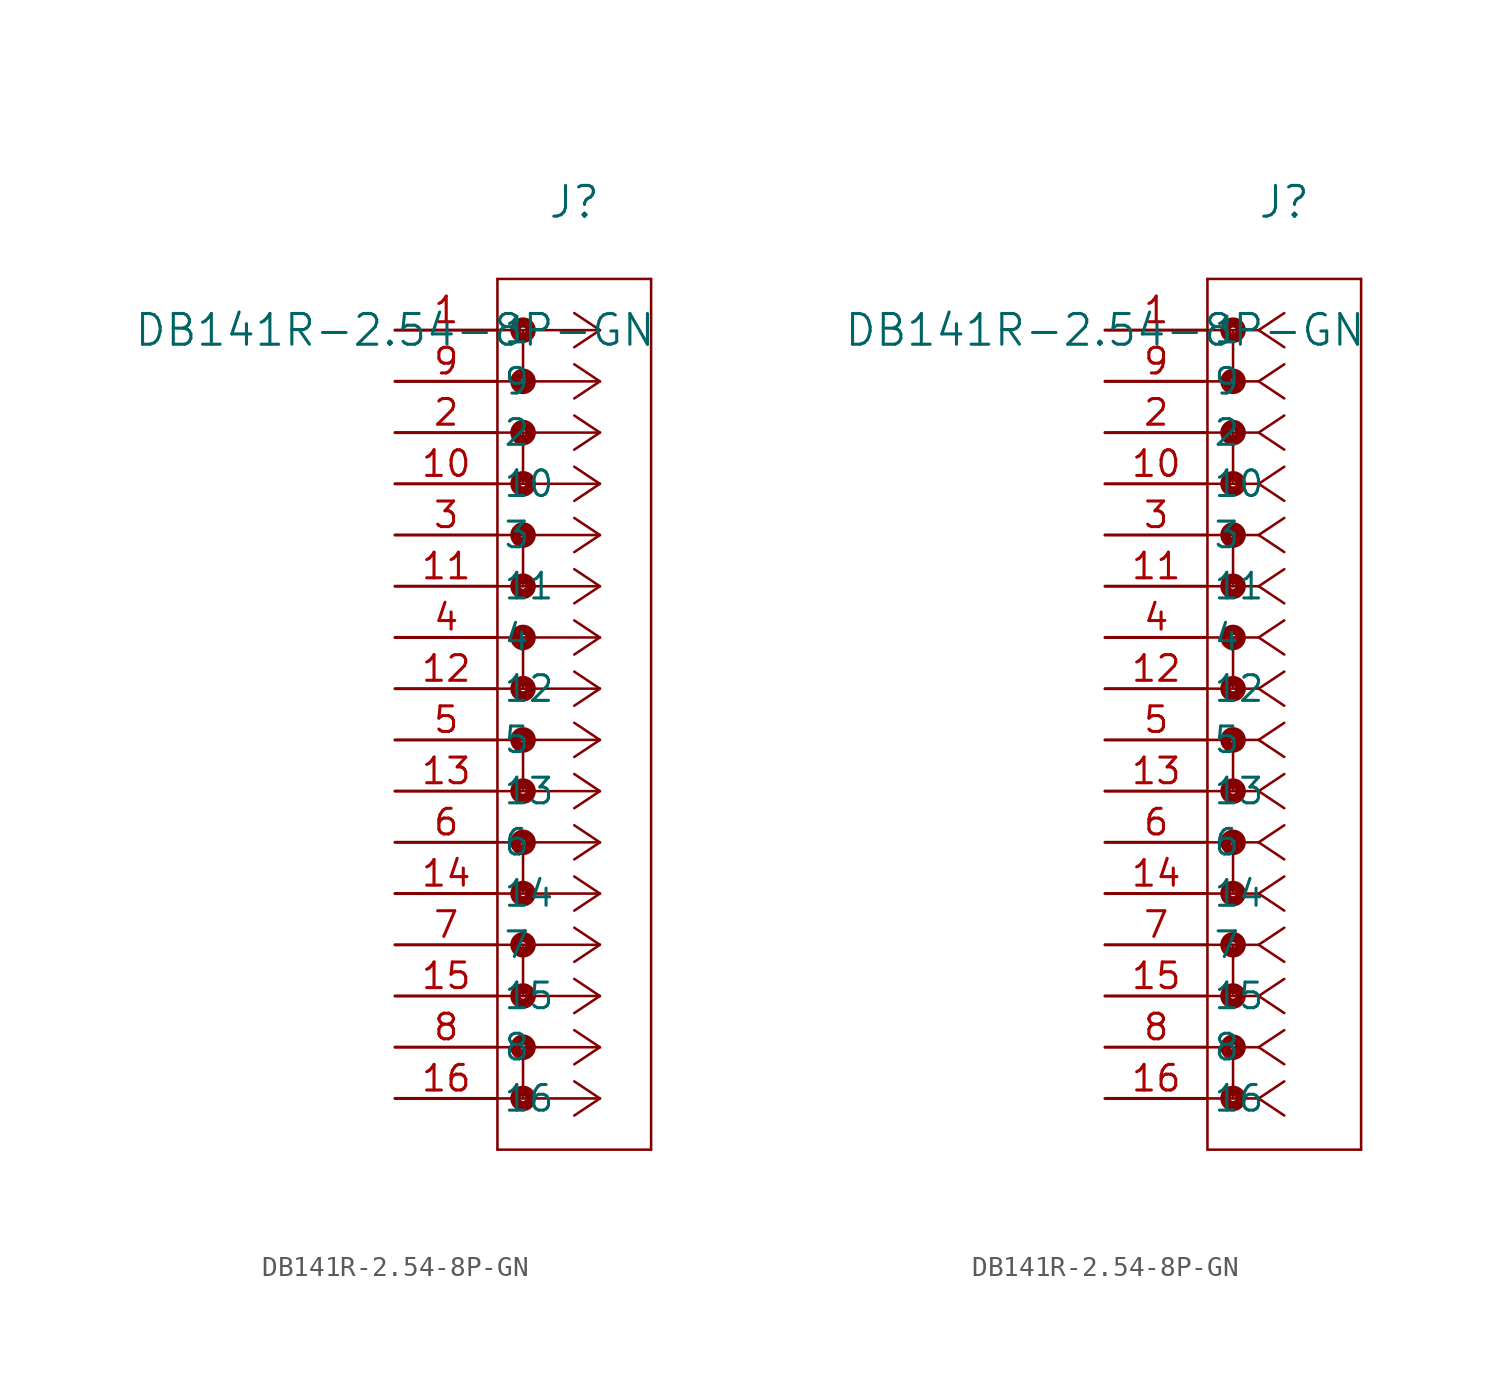
<source format=kicad_sym>
(kicad_symbol_lib
  (version 20211014)
  (generator kicad_symbol_editor)
  (symbol "DB141R-2.54-8P-GN"
    (pin_names
      (offset 0.254))
    (property "Reference" "J"
      (at 8.89 6.35 0)
      (effects (font (size 1.524 1.524))))
    (property "Value" "DB141R-2.54-8P-GN"
      (at 0 0 0)
      (effects (font (size 1.524 1.524))))
    (symbol "DB141R-2.54-8P-GN_1_1"
      (polyline (pts (xy 10.16 0) (xy 5.08 0)) (stroke (width 0.127) (type default) (color 0 0 0 0)) (fill (type none)))
      (polyline (pts (xy 10.16 -2.54) (xy 5.08 -2.54)) (stroke (width 0.127) (type default) (color 0 0 0 0)) (fill (type none)))
      (polyline (pts (xy 10.16 -5.08) (xy 5.08 -5.08)) (stroke (width 0.127) (type default) (color 0 0 0 0)) (fill (type none)))
      (polyline (pts (xy 10.16 -7.62) (xy 5.08 -7.62)) (stroke (width 0.127) (type default) (color 0 0 0 0)) (fill (type none)))
      (polyline (pts (xy 10.16 -10.16) (xy 5.08 -10.16)) (stroke (width 0.127) (type default) (color 0 0 0 0)) (fill (type none)))
      (polyline (pts (xy 10.16 -12.7) (xy 5.08 -12.7)) (stroke (width 0.127) (type default) (color 0 0 0 0)) (fill (type none)))
      (polyline (pts (xy 10.16 -15.24) (xy 5.08 -15.24)) (stroke (width 0.127) (type default) (color 0 0 0 0)) (fill (type none)))
      (polyline (pts (xy 10.16 -17.78) (xy 5.08 -17.78)) (stroke (width 0.127) (type default) (color 0 0 0 0)) (fill (type none)))
      (polyline (pts (xy 10.16 -20.32) (xy 5.08 -20.32)) (stroke (width 0.127) (type default) (color 0 0 0 0)) (fill (type none)))
      (polyline (pts (xy 10.16 -22.86) (xy 5.08 -22.86)) (stroke (width 0.127) (type default) (color 0 0 0 0)) (fill (type none)))
      (polyline (pts (xy 10.16 -25.4) (xy 5.08 -25.4)) (stroke (width 0.127) (type default) (color 0 0 0 0)) (fill (type none)))
      (polyline (pts (xy 10.16 -27.94) (xy 5.08 -27.94)) (stroke (width 0.127) (type default) (color 0 0 0 0)) (fill (type none)))
      (polyline (pts (xy 10.16 -30.48) (xy 5.08 -30.48)) (stroke (width 0.127) (type default) (color 0 0 0 0)) (fill (type none)))
      (polyline (pts (xy 10.16 -33.02) (xy 5.08 -33.02)) (stroke (width 0.127) (type default) (color 0 0 0 0)) (fill (type none)))
      (polyline (pts (xy 10.16 -35.56) (xy 5.08 -35.56)) (stroke (width 0.127) (type default) (color 0 0 0 0)) (fill (type none)))
      (polyline (pts (xy 10.16 -38.1) (xy 5.08 -38.1)) (stroke (width 0.127) (type default) (color 0 0 0 0)) (fill (type none)))
      (polyline (pts (xy 10.16 0) (xy 8.89 0.847)) (stroke (width 0.127) (type default) (color 0 0 0 0)) (fill (type none)))
      (polyline (pts (xy 10.16 -2.54) (xy 8.89 -1.693)) (stroke (width 0.127) (type default) (color 0 0 0 0)) (fill (type none)))
      (polyline (pts (xy 10.16 -5.08) (xy 8.89 -4.233)) (stroke (width 0.127) (type default) (color 0 0 0 0)) (fill (type none)))
      (polyline (pts (xy 10.16 -7.62) (xy 8.89 -6.773)) (stroke (width 0.127) (type default) (color 0 0 0 0)) (fill (type none)))
      (polyline (pts (xy 10.16 -10.16) (xy 8.89 -9.313)) (stroke (width 0.127) (type default) (color 0 0 0 0)) (fill (type none)))
      (polyline (pts (xy 10.16 -12.7) (xy 8.89 -11.853)) (stroke (width 0.127) (type default) (color 0 0 0 0)) (fill (type none)))
      (polyline (pts (xy 10.16 -15.24) (xy 8.89 -14.393)) (stroke (width 0.127) (type default) (color 0 0 0 0)) (fill (type none)))
      (polyline (pts (xy 10.16 -17.78) (xy 8.89 -16.933)) (stroke (width 0.127) (type default) (color 0 0 0 0)) (fill (type none)))
      (polyline (pts (xy 10.16 -20.32) (xy 8.89 -19.473)) (stroke (width 0.127) (type default) (color 0 0 0 0)) (fill (type none)))
      (polyline (pts (xy 10.16 -22.86) (xy 8.89 -22.013)) (stroke (width 0.127) (type default) (color 0 0 0 0)) (fill (type none)))
      (polyline (pts (xy 10.16 -25.4) (xy 8.89 -24.553)) (stroke (width 0.127) (type default) (color 0 0 0 0)) (fill (type none)))
      (polyline (pts (xy 10.16 -27.94) (xy 8.89 -27.093)) (stroke (width 0.127) (type default) (color 0 0 0 0)) (fill (type none)))
      (polyline (pts (xy 10.16 -30.48) (xy 8.89 -29.633)) (stroke (width 0.127) (type default) (color 0 0 0 0)) (fill (type none)))
      (polyline (pts (xy 10.16 -33.02) (xy 8.89 -32.173)) (stroke (width 0.127) (type default) (color 0 0 0 0)) (fill (type none)))
      (polyline (pts (xy 10.16 -35.56) (xy 8.89 -34.713)) (stroke (width 0.127) (type default) (color 0 0 0 0)) (fill (type none)))
      (polyline (pts (xy 10.16 -38.1) (xy 8.89 -37.253)) (stroke (width 0.127) (type default) (color 0 0 0 0)) (fill (type none)))
      (polyline (pts (xy 10.16 0) (xy 8.89 -0.847)) (stroke (width 0.127) (type default) (color 0 0 0 0)) (fill (type none)))
      (polyline (pts (xy 10.16 -2.54) (xy 8.89 -3.387)) (stroke (width 0.127) (type default) (color 0 0 0 0)) (fill (type none)))
      (polyline (pts (xy 10.16 -5.08) (xy 8.89 -5.927)) (stroke (width 0.127) (type default) (color 0 0 0 0)) (fill (type none)))
      (polyline (pts (xy 10.16 -7.62) (xy 8.89 -8.467)) (stroke (width 0.127) (type default) (color 0 0 0 0)) (fill (type none)))
      (polyline (pts (xy 10.16 -10.16) (xy 8.89 -11.007)) (stroke (width 0.127) (type default) (color 0 0 0 0)) (fill (type none)))
      (polyline (pts (xy 10.16 -12.7) (xy 8.89 -13.547)) (stroke (width 0.127) (type default) (color 0 0 0 0)) (fill (type none)))
      (polyline (pts (xy 10.16 -15.24) (xy 8.89 -16.087)) (stroke (width 0.127) (type default) (color 0 0 0 0)) (fill (type none)))
      (polyline (pts (xy 10.16 -17.78) (xy 8.89 -18.627)) (stroke (width 0.127) (type default) (color 0 0 0 0)) (fill (type none)))
      (polyline (pts (xy 10.16 -20.32) (xy 8.89 -21.167)) (stroke (width 0.127) (type default) (color 0 0 0 0)) (fill (type none)))
      (polyline (pts (xy 10.16 -22.86) (xy 8.89 -23.707)) (stroke (width 0.127) (type default) (color 0 0 0 0)) (fill (type none)))
      (polyline (pts (xy 10.16 -25.4) (xy 8.89 -26.247)) (stroke (width 0.127) (type default) (color 0 0 0 0)) (fill (type none)))
      (polyline (pts (xy 10.16 -27.94) (xy 8.89 -28.787)) (stroke (width 0.127) (type default) (color 0 0 0 0)) (fill (type none)))
      (polyline (pts (xy 10.16 -30.48) (xy 8.89 -31.327)) (stroke (width 0.127) (type default) (color 0 0 0 0)) (fill (type none)))
      (polyline (pts (xy 10.16 -33.02) (xy 8.89 -33.867)) (stroke (width 0.127) (type default) (color 0 0 0 0)) (fill (type none)))
      (polyline (pts (xy 10.16 -35.56) (xy 8.89 -36.407)) (stroke (width 0.127) (type default) (color 0 0 0 0)) (fill (type none)))
      (polyline (pts (xy 10.16 -38.1) (xy 8.89 -38.947)) (stroke (width 0.127) (type default) (color 0 0 0 0)) (fill (type none)))
      (polyline (pts (xy 5.08 2.54) (xy 5.08 -40.64)) (stroke (width 0.127) (type default) (color 0 0 0 0)) (fill (type none)))
      (polyline (pts (xy 5.08 -40.64) (xy 12.7 -40.64)) (stroke (width 0.127) (type default) (color 0 0 0 0)) (fill (type none)))
      (polyline (pts (xy 12.7 -40.64) (xy 12.7 2.54)) (stroke (width 0.127) (type default) (color 0 0 0 0)) (fill (type none)))
      (polyline (pts (xy 12.7 2.54) (xy 5.08 2.54)) (stroke (width 0.127) (type default) (color 0 0 0 0)) (fill (type none)))
      (circle (center 6.35 0) (radius 0.127) (stroke (width 0.508) (type default) (color 0 0 0 0)) (fill (type none)))
      (polyline (pts (xy 6.35 0) (xy 6.35 -2.54)) (stroke (width 0.127) (type default) (color 0 0 0 0)) (fill (type none)))
      (circle (center 6.35 -2.54) (radius 0.127) (stroke (width 0.508) (type default) (color 0 0 0 0)) (fill (type none)))
      (circle (center 6.35 -5.08) (radius 0.127) (stroke (width 0.508) (type default) (color 0 0 0 0)) (fill (type none)))
      (polyline (pts (xy 6.35 -5.08) (xy 6.35 -7.62)) (stroke (width 0.127) (type default) (color 0 0 0 0)) (fill (type none)))
      (circle (center 6.35 -7.62) (radius 0.127) (stroke (width 0.508) (type default) (color 0 0 0 0)) (fill (type none)))
      (circle (center 6.35 -10.16) (radius 0.127) (stroke (width 0.508) (type default) (color 0 0 0 0)) (fill (type none)))
      (polyline (pts (xy 6.35 -10.16) (xy 6.35 -12.7)) (stroke (width 0.127) (type default) (color 0 0 0 0)) (fill (type none)))
      (circle (center 6.35 -12.7) (radius 0.127) (stroke (width 0.508) (type default) (color 0 0 0 0)) (fill (type none)))
      (circle (center 6.35 -15.24) (radius 0.127) (stroke (width 0.508) (type default) (color 0 0 0 0)) (fill (type none)))
      (polyline (pts (xy 6.35 -15.24) (xy 6.35 -17.78)) (stroke (width 0.127) (type default) (color 0 0 0 0)) (fill (type none)))
      (circle (center 6.35 -17.78) (radius 0.127) (stroke (width 0.508) (type default) (color 0 0 0 0)) (fill (type none)))
      (circle (center 6.35 -20.32) (radius 0.127) (stroke (width 0.508) (type default) (color 0 0 0 0)) (fill (type none)))
      (polyline (pts (xy 6.35 -20.32) (xy 6.35 -22.86)) (stroke (width 0.127) (type default) (color 0 0 0 0)) (fill (type none)))
      (circle (center 6.35 -22.86) (radius 0.127) (stroke (width 0.508) (type default) (color 0 0 0 0)) (fill (type none)))
      (circle (center 6.35 -25.4) (radius 0.127) (stroke (width 0.508) (type default) (color 0 0 0 0)) (fill (type none)))
      (polyline (pts (xy 6.35 -25.4) (xy 6.35 -27.94)) (stroke (width 0.127) (type default) (color 0 0 0 0)) (fill (type none)))
      (circle (center 6.35 -27.94) (radius 0.127) (stroke (width 0.508) (type default) (color 0 0 0 0)) (fill (type none)))
      (circle (center 6.35 -30.48) (radius 0.127) (stroke (width 0.508) (type default) (color 0 0 0 0)) (fill (type none)))
      (polyline (pts (xy 6.35 -30.48) (xy 6.35 -33.02)) (stroke (width 0.127) (type default) (color 0 0 0 0)) (fill (type none)))
      (circle (center 6.35 -33.02) (radius 0.127) (stroke (width 0.508) (type default) (color 0 0 0 0)) (fill (type none)))
      (circle (center 6.35 -35.56) (radius 0.127) (stroke (width 0.508) (type default) (color 0 0 0 0)) (fill (type none)))
      (polyline (pts (xy 6.35 -35.56) (xy 6.35 -38.1)) (stroke (width 0.127) (type default) (color 0 0 0 0)) (fill (type none)))
      (circle (center 6.35 -38.1) (radius 0.127) (stroke (width 0.508) (type default) (color 0 0 0 0)) (fill (type none)))
      (pin unspecified line (at 0 0 0) (length 5.08) (name "1" (effects (font (size 1.27 1.27)))) (number "1" (effects (font (size 1.27 1.27)))))
      (pin unspecified line (at 0 -2.54 0) (length 5.08) (name "9" (effects (font (size 1.27 1.27)))) (number "9" (effects (font (size 1.27 1.27)))))
      (pin unspecified line (at 0 -5.08 0) (length 5.08) (name "2" (effects (font (size 1.27 1.27)))) (number "2" (effects (font (size 1.27 1.27)))))
      (pin unspecified line (at 0 -7.62 0) (length 5.08) (name "10" (effects (font (size 1.27 1.27)))) (number "10" (effects (font (size 1.27 1.27)))))
      (pin unspecified line (at 0 -10.16 0) (length 5.08) (name "3" (effects (font (size 1.27 1.27)))) (number "3" (effects (font (size 1.27 1.27)))))
      (pin unspecified line (at 0 -12.7 0) (length 5.08) (name "11" (effects (font (size 1.27 1.27)))) (number "11" (effects (font (size 1.27 1.27)))))
      (pin unspecified line (at 0 -15.24 0) (length 5.08) (name "4" (effects (font (size 1.27 1.27)))) (number "4" (effects (font (size 1.27 1.27)))))
      (pin unspecified line (at 0 -17.78 0) (length 5.08) (name "12" (effects (font (size 1.27 1.27)))) (number "12" (effects (font (size 1.27 1.27)))))
      (pin unspecified line (at 0 -20.32 0) (length 5.08) (name "5" (effects (font (size 1.27 1.27)))) (number "5" (effects (font (size 1.27 1.27)))))
      (pin unspecified line (at 0 -22.86 0) (length 5.08) (name "13" (effects (font (size 1.27 1.27)))) (number "13" (effects (font (size 1.27 1.27)))))
      (pin unspecified line (at 0 -25.4 0) (length 5.08) (name "6" (effects (font (size 1.27 1.27)))) (number "6" (effects (font (size 1.27 1.27)))))
      (pin unspecified line (at 0 -27.94 0) (length 5.08) (name "14" (effects (font (size 1.27 1.27)))) (number "14" (effects (font (size 1.27 1.27)))))
      (pin unspecified line (at 0 -30.48 0) (length 5.08) (name "7" (effects (font (size 1.27 1.27)))) (number "7" (effects (font (size 1.27 1.27)))))
      (pin unspecified line (at 0 -33.02 0) (length 5.08) (name "15" (effects (font (size 1.27 1.27)))) (number "15" (effects (font (size 1.27 1.27)))))
      (pin unspecified line (at 0 -35.56 0) (length 5.08) (name "8" (effects (font (size 1.27 1.27)))) (number "8" (effects (font (size 1.27 1.27)))))
      (pin unspecified line (at 0 -38.1 0) (length 5.08) (name "16" (effects (font (size 1.27 1.27)))) (number "16" (effects (font (size 1.27 1.27))))))
    (symbol "DB141R-2.54-8P-GN_1_2"
      (polyline (pts (xy 7.62 0) (xy 5.08 0)) (stroke (width 0.127) (type default) (color 0 0 0 0)) (fill (type none)))
      (polyline (pts (xy 7.62 -2.54) (xy 5.08 -2.54)) (stroke (width 0.127) (type default) (color 0 0 0 0)) (fill (type none)))
      (polyline (pts (xy 7.62 -5.08) (xy 5.08 -5.08)) (stroke (width 0.127) (type default) (color 0 0 0 0)) (fill (type none)))
      (polyline (pts (xy 7.62 -7.62) (xy 5.08 -7.62)) (stroke (width 0.127) (type default) (color 0 0 0 0)) (fill (type none)))
      (polyline (pts (xy 7.62 -10.16) (xy 5.08 -10.16)) (stroke (width 0.127) (type default) (color 0 0 0 0)) (fill (type none)))
      (polyline (pts (xy 7.62 -12.7) (xy 5.08 -12.7)) (stroke (width 0.127) (type default) (color 0 0 0 0)) (fill (type none)))
      (polyline (pts (xy 7.62 -15.24) (xy 5.08 -15.24)) (stroke (width 0.127) (type default) (color 0 0 0 0)) (fill (type none)))
      (polyline (pts (xy 7.62 -17.78) (xy 5.08 -17.78)) (stroke (width 0.127) (type default) (color 0 0 0 0)) (fill (type none)))
      (polyline (pts (xy 7.62 -20.32) (xy 5.08 -20.32)) (stroke (width 0.127) (type default) (color 0 0 0 0)) (fill (type none)))
      (polyline (pts (xy 7.62 -22.86) (xy 5.08 -22.86)) (stroke (width 0.127) (type default) (color 0 0 0 0)) (fill (type none)))
      (polyline (pts (xy 7.62 -25.4) (xy 5.08 -25.4)) (stroke (width 0.127) (type default) (color 0 0 0 0)) (fill (type none)))
      (polyline (pts (xy 7.62 -27.94) (xy 5.08 -27.94)) (stroke (width 0.127) (type default) (color 0 0 0 0)) (fill (type none)))
      (polyline (pts (xy 7.62 -30.48) (xy 5.08 -30.48)) (stroke (width 0.127) (type default) (color 0 0 0 0)) (fill (type none)))
      (polyline (pts (xy 7.62 -33.02) (xy 5.08 -33.02)) (stroke (width 0.127) (type default) (color 0 0 0 0)) (fill (type none)))
      (polyline (pts (xy 7.62 -35.56) (xy 5.08 -35.56)) (stroke (width 0.127) (type default) (color 0 0 0 0)) (fill (type none)))
      (polyline (pts (xy 7.62 -38.1) (xy 5.08 -38.1)) (stroke (width 0.127) (type default) (color 0 0 0 0)) (fill (type none)))
      (polyline (pts (xy 7.62 0) (xy 8.89 0.847)) (stroke (width 0.127) (type default) (color 0 0 0 0)) (fill (type none)))
      (polyline (pts (xy 7.62 -2.54) (xy 8.89 -1.693)) (stroke (width 0.127) (type default) (color 0 0 0 0)) (fill (type none)))
      (polyline (pts (xy 7.62 -5.08) (xy 8.89 -4.233)) (stroke (width 0.127) (type default) (color 0 0 0 0)) (fill (type none)))
      (polyline (pts (xy 7.62 -7.62) (xy 8.89 -6.773)) (stroke (width 0.127) (type default) (color 0 0 0 0)) (fill (type none)))
      (polyline (pts (xy 7.62 -10.16) (xy 8.89 -9.313)) (stroke (width 0.127) (type default) (color 0 0 0 0)) (fill (type none)))
      (polyline (pts (xy 7.62 -12.7) (xy 8.89 -11.853)) (stroke (width 0.127) (type default) (color 0 0 0 0)) (fill (type none)))
      (polyline (pts (xy 7.62 -15.24) (xy 8.89 -14.393)) (stroke (width 0.127) (type default) (color 0 0 0 0)) (fill (type none)))
      (polyline (pts (xy 7.62 -17.78) (xy 8.89 -16.933)) (stroke (width 0.127) (type default) (color 0 0 0 0)) (fill (type none)))
      (polyline (pts (xy 7.62 -20.32) (xy 8.89 -19.473)) (stroke (width 0.127) (type default) (color 0 0 0 0)) (fill (type none)))
      (polyline (pts (xy 7.62 -22.86) (xy 8.89 -22.013)) (stroke (width 0.127) (type default) (color 0 0 0 0)) (fill (type none)))
      (polyline (pts (xy 7.62 -25.4) (xy 8.89 -24.553)) (stroke (width 0.127) (type default) (color 0 0 0 0)) (fill (type none)))
      (polyline (pts (xy 7.62 -27.94) (xy 8.89 -27.093)) (stroke (width 0.127) (type default) (color 0 0 0 0)) (fill (type none)))
      (polyline (pts (xy 7.62 -30.48) (xy 8.89 -29.633)) (stroke (width 0.127) (type default) (color 0 0 0 0)) (fill (type none)))
      (polyline (pts (xy 7.62 -33.02) (xy 8.89 -32.173)) (stroke (width 0.127) (type default) (color 0 0 0 0)) (fill (type none)))
      (polyline (pts (xy 7.62 -35.56) (xy 8.89 -34.713)) (stroke (width 0.127) (type default) (color 0 0 0 0)) (fill (type none)))
      (polyline (pts (xy 7.62 -38.1) (xy 8.89 -37.253)) (stroke (width 0.127) (type default) (color 0 0 0 0)) (fill (type none)))
      (polyline (pts (xy 7.62 0) (xy 8.89 -0.847)) (stroke (width 0.127) (type default) (color 0 0 0 0)) (fill (type none)))
      (polyline (pts (xy 7.62 -2.54) (xy 8.89 -3.387)) (stroke (width 0.127) (type default) (color 0 0 0 0)) (fill (type none)))
      (polyline (pts (xy 7.62 -5.08) (xy 8.89 -5.927)) (stroke (width 0.127) (type default) (color 0 0 0 0)) (fill (type none)))
      (polyline (pts (xy 7.62 -7.62) (xy 8.89 -8.467)) (stroke (width 0.127) (type default) (color 0 0 0 0)) (fill (type none)))
      (polyline (pts (xy 7.62 -10.16) (xy 8.89 -11.007)) (stroke (width 0.127) (type default) (color 0 0 0 0)) (fill (type none)))
      (polyline (pts (xy 7.62 -12.7) (xy 8.89 -13.547)) (stroke (width 0.127) (type default) (color 0 0 0 0)) (fill (type none)))
      (polyline (pts (xy 7.62 -15.24) (xy 8.89 -16.087)) (stroke (width 0.127) (type default) (color 0 0 0 0)) (fill (type none)))
      (polyline (pts (xy 7.62 -17.78) (xy 8.89 -18.627)) (stroke (width 0.127) (type default) (color 0 0 0 0)) (fill (type none)))
      (polyline (pts (xy 7.62 -20.32) (xy 8.89 -21.167)) (stroke (width 0.127) (type default) (color 0 0 0 0)) (fill (type none)))
      (polyline (pts (xy 7.62 -22.86) (xy 8.89 -23.707)) (stroke (width 0.127) (type default) (color 0 0 0 0)) (fill (type none)))
      (polyline (pts (xy 7.62 -25.4) (xy 8.89 -26.247)) (stroke (width 0.127) (type default) (color 0 0 0 0)) (fill (type none)))
      (polyline (pts (xy 7.62 -27.94) (xy 8.89 -28.787)) (stroke (width 0.127) (type default) (color 0 0 0 0)) (fill (type none)))
      (polyline (pts (xy 7.62 -30.48) (xy 8.89 -31.327)) (stroke (width 0.127) (type default) (color 0 0 0 0)) (fill (type none)))
      (polyline (pts (xy 7.62 -33.02) (xy 8.89 -33.867)) (stroke (width 0.127) (type default) (color 0 0 0 0)) (fill (type none)))
      (polyline (pts (xy 7.62 -35.56) (xy 8.89 -36.407)) (stroke (width 0.127) (type default) (color 0 0 0 0)) (fill (type none)))
      (polyline (pts (xy 7.62 -38.1) (xy 8.89 -38.947)) (stroke (width 0.127) (type default) (color 0 0 0 0)) (fill (type none)))
      (polyline (pts (xy 5.08 2.54) (xy 5.08 -40.64)) (stroke (width 0.127) (type default) (color 0 0 0 0)) (fill (type none)))
      (polyline (pts (xy 5.08 -40.64) (xy 12.7 -40.64)) (stroke (width 0.127) (type default) (color 0 0 0 0)) (fill (type none)))
      (polyline (pts (xy 12.7 -40.64) (xy 12.7 2.54)) (stroke (width 0.127) (type default) (color 0 0 0 0)) (fill (type none)))
      (polyline (pts (xy 12.7 2.54) (xy 5.08 2.54)) (stroke (width 0.127) (type default) (color 0 0 0 0)) (fill (type none)))
      (circle (center 6.35 0) (radius 0.127) (stroke (width 0.508) (type default) (color 0 0 0 0)) (fill (type none)))
      (polyline (pts (xy 6.35 0) (xy 6.35 -2.54)) (stroke (width 0.127) (type default) (color 0 0 0 0)) (fill (type none)))
      (circle (center 6.35 -2.54) (radius 0.127) (stroke (width 0.508) (type default) (color 0 0 0 0)) (fill (type none)))
      (circle (center 6.35 -5.08) (radius 0.127) (stroke (width 0.508) (type default) (color 0 0 0 0)) (fill (type none)))
      (polyline (pts (xy 6.35 -5.08) (xy 6.35 -7.62)) (stroke (width 0.127) (type default) (color 0 0 0 0)) (fill (type none)))
      (circle (center 6.35 -7.62) (radius 0.127) (stroke (width 0.508) (type default) (color 0 0 0 0)) (fill (type none)))
      (circle (center 6.35 -10.16) (radius 0.127) (stroke (width 0.508) (type default) (color 0 0 0 0)) (fill (type none)))
      (polyline (pts (xy 6.35 -10.16) (xy 6.35 -12.7)) (stroke (width 0.127) (type default) (color 0 0 0 0)) (fill (type none)))
      (circle (center 6.35 -12.7) (radius 0.127) (stroke (width 0.508) (type default) (color 0 0 0 0)) (fill (type none)))
      (circle (center 6.35 -15.24) (radius 0.127) (stroke (width 0.508) (type default) (color 0 0 0 0)) (fill (type none)))
      (polyline (pts (xy 6.35 -15.24) (xy 6.35 -17.78)) (stroke (width 0.127) (type default) (color 0 0 0 0)) (fill (type none)))
      (circle (center 6.35 -17.78) (radius 0.127) (stroke (width 0.508) (type default) (color 0 0 0 0)) (fill (type none)))
      (circle (center 6.35 -20.32) (radius 0.127) (stroke (width 0.508) (type default) (color 0 0 0 0)) (fill (type none)))
      (polyline (pts (xy 6.35 -20.32) (xy 6.35 -22.86)) (stroke (width 0.127) (type default) (color 0 0 0 0)) (fill (type none)))
      (circle (center 6.35 -22.86) (radius 0.127) (stroke (width 0.508) (type default) (color 0 0 0 0)) (fill (type none)))
      (circle (center 6.35 -25.4) (radius 0.127) (stroke (width 0.508) (type default) (color 0 0 0 0)) (fill (type none)))
      (polyline (pts (xy 6.35 -25.4) (xy 6.35 -27.94)) (stroke (width 0.127) (type default) (color 0 0 0 0)) (fill (type none)))
      (circle (center 6.35 -27.94) (radius 0.127) (stroke (width 0.508) (type default) (color 0 0 0 0)) (fill (type none)))
      (circle (center 6.35 -30.48) (radius 0.127) (stroke (width 0.508) (type default) (color 0 0 0 0)) (fill (type none)))
      (polyline (pts (xy 6.35 -30.48) (xy 6.35 -33.02)) (stroke (width 0.127) (type default) (color 0 0 0 0)) (fill (type none)))
      (circle (center 6.35 -33.02) (radius 0.127) (stroke (width 0.508) (type default) (color 0 0 0 0)) (fill (type none)))
      (circle (center 6.35 -35.56) (radius 0.127) (stroke (width 0.508) (type default) (color 0 0 0 0)) (fill (type none)))
      (polyline (pts (xy 6.35 -35.56) (xy 6.35 -38.1)) (stroke (width 0.127) (type default) (color 0 0 0 0)) (fill (type none)))
      (circle (center 6.35 -38.1) (radius 0.127) (stroke (width 0.508) (type default) (color 0 0 0 0)) (fill (type none)))
      (pin unspecified line (at 0 0 0) (length 5.08) (name "1" (effects (font (size 1.27 1.27)))) (number "1" (effects (font (size 1.27 1.27)))))
      (pin unspecified line (at 0 -2.54 0) (length 5.08) (name "9" (effects (font (size 1.27 1.27)))) (number "9" (effects (font (size 1.27 1.27)))))
      (pin unspecified line (at 0 -5.08 0) (length 5.08) (name "2" (effects (font (size 1.27 1.27)))) (number "2" (effects (font (size 1.27 1.27)))))
      (pin unspecified line (at 0 -7.62 0) (length 5.08) (name "10" (effects (font (size 1.27 1.27)))) (number "10" (effects (font (size 1.27 1.27)))))
      (pin unspecified line (at 0 -10.16 0) (length 5.08) (name "3" (effects (font (size 1.27 1.27)))) (number "3" (effects (font (size 1.27 1.27)))))
      (pin unspecified line (at 0 -12.7 0) (length 5.08) (name "11" (effects (font (size 1.27 1.27)))) (number "11" (effects (font (size 1.27 1.27)))))
      (pin unspecified line (at 0 -15.24 0) (length 5.08) (name "4" (effects (font (size 1.27 1.27)))) (number "4" (effects (font (size 1.27 1.27)))))
      (pin unspecified line (at 0 -17.78 0) (length 5.08) (name "12" (effects (font (size 1.27 1.27)))) (number "12" (effects (font (size 1.27 1.27)))))
      (pin unspecified line (at 0 -20.32 0) (length 5.08) (name "5" (effects (font (size 1.27 1.27)))) (number "5" (effects (font (size 1.27 1.27)))))
      (pin unspecified line (at 0 -22.86 0) (length 5.08) (name "13" (effects (font (size 1.27 1.27)))) (number "13" (effects (font (size 1.27 1.27)))))
      (pin unspecified line (at 0 -25.4 0) (length 5.08) (name "6" (effects (font (size 1.27 1.27)))) (number "6" (effects (font (size 1.27 1.27)))))
      (pin unspecified line (at 0 -27.94 0) (length 5.08) (name "14" (effects (font (size 1.27 1.27)))) (number "14" (effects (font (size 1.27 1.27)))))
      (pin unspecified line (at 0 -30.48 0) (length 5.08) (name "7" (effects (font (size 1.27 1.27)))) (number "7" (effects (font (size 1.27 1.27)))))
      (pin unspecified line (at 0 -33.02 0) (length 5.08) (name "15" (effects (font (size 1.27 1.27)))) (number "15" (effects (font (size 1.27 1.27)))))
      (pin unspecified line (at 0 -35.56 0) (length 5.08) (name "8" (effects (font (size 1.27 1.27)))) (number "8" (effects (font (size 1.27 1.27)))))
      (pin unspecified line (at 0 -38.1 0) (length 5.08) (name "16" (effects (font (size 1.27 1.27)))) (number "16" (effects (font (size 1.27 1.27))))))))
</source>
